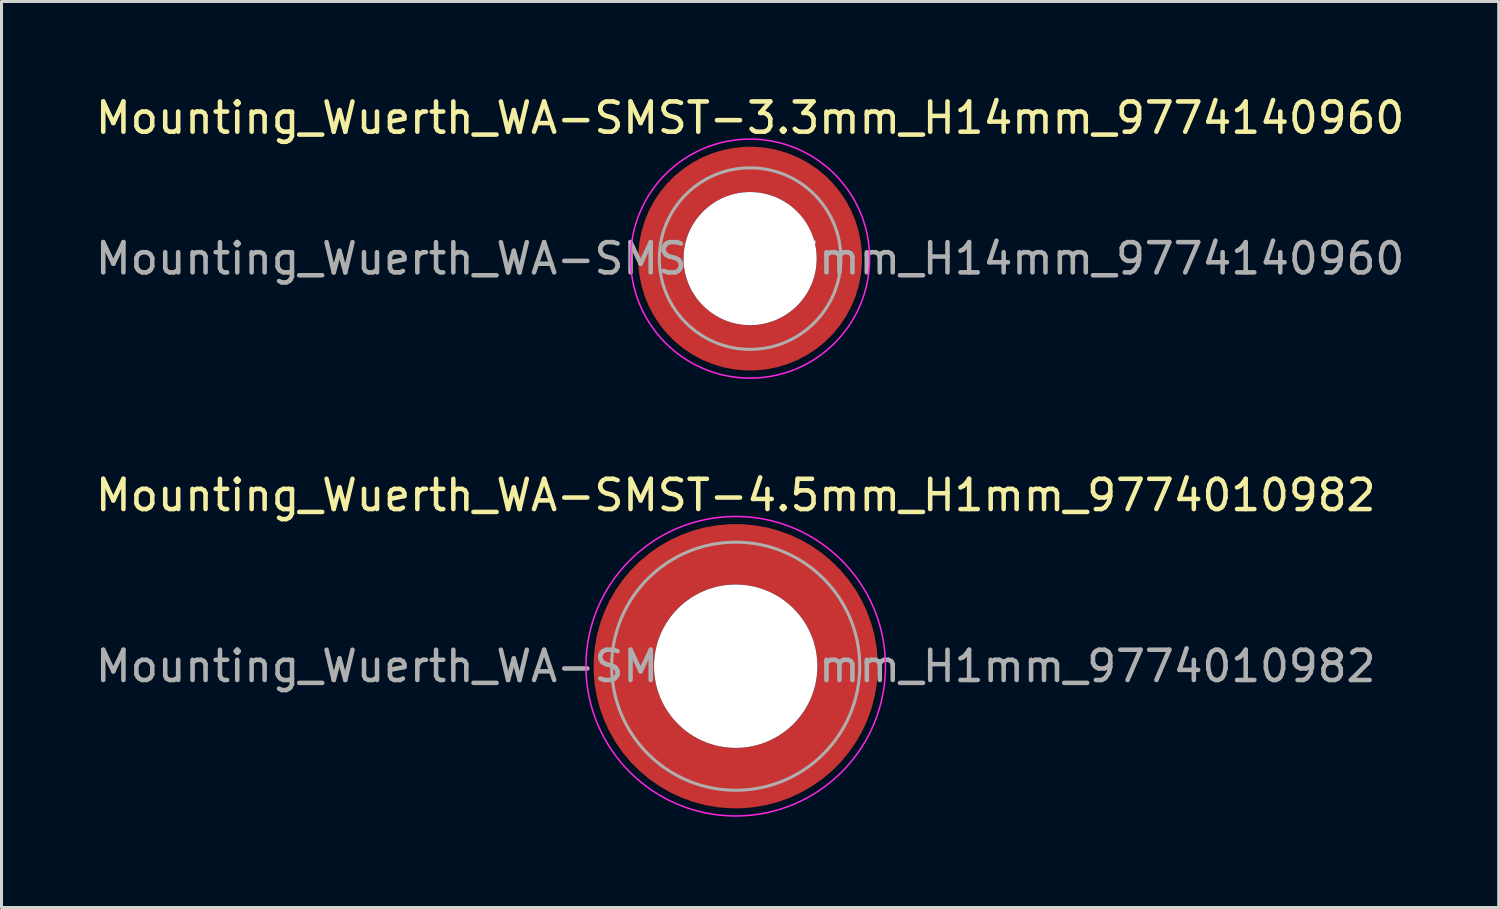
<source format=kicad_pcb>
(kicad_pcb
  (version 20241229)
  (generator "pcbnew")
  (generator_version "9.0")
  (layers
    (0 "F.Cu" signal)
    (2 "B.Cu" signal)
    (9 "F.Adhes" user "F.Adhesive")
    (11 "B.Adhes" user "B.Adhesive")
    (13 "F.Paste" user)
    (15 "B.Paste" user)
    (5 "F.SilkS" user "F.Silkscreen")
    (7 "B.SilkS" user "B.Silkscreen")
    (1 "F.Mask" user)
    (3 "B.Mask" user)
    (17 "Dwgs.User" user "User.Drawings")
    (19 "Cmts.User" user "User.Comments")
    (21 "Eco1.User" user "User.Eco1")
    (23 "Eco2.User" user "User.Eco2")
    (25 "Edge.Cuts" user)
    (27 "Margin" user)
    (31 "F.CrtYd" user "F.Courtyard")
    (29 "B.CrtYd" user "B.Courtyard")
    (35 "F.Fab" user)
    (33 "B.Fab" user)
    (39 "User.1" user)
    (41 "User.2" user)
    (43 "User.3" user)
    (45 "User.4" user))
  (footprint "Mounting_Wuerth_WA-SMST-3.3mm_H14mm_9774140960"
    (layer "F.Cu")
    (at 21.744 5.498)
    (property "Reference" "Mounting_Wuerth_WA-SMST-3.3mm_H14mm_9774140960" (at 0 -4.65 0) (layer "F.SilkS") (effects (font (size 1 1) (thickness 0.15))))
    (attr smd)
    (fp_circle (center 0 0) (end 3.95 0) (stroke (width 0.05) (type solid)) (fill no) (layer "F.CrtYd"))
    (fp_circle (center 0 0) (end 3 0) (stroke (width 0.1) (type solid)) (fill no) (layer "F.Fab"))
    (fp_text user "${REFERENCE}" (at 0 0 0) (layer "F.Fab") (effects (font (size 1 1) (thickness 0.15))))
    (pad "" smd custom (at -2.058 -2.058) (size 0.7 0.7) (layers "F.Paste") (options (anchor circle)) (primitives (gr_arc (start -0.377294 1.707681) (mid 0.318198 0.318198) (end 1.707681 -0.377294) (width 0.2)) (gr_arc (start -0.478281 1.707681) (mid 0.247487 0.247487) (end 1.707681 -0.478281) (width 0.2)) (gr_arc (start -0.579192 1.707681) (mid 0.176777 0.176777) (end 1.707681 -0.579192) (width 0.2)) (gr_arc (start -0.680037 1.707681) (mid 0.106066 0.106066) (end 1.707681 -0.680037) (width 0.2)) (gr_arc (start -0.780822 1.707681) (mid 0.035356 0.035356) (end 1.707681 -0.780822) (width 0.2)) (gr_arc (start -0.881554 1.707681) (mid -0.035355 -0.035355) (end 1.707681 -0.881554) (width 0.2)) (gr_arc (start -0.982237 1.707681) (mid -0.106066 -0.106066) (end 1.707681 -0.982237) (width 0.2)) (gr_arc (start -1.082877 1.707681) (mid -0.176777 -0.176777) (end 1.707681 -1.082877) (width 0.2)) (gr_arc (start -1.183476 1.707681) (mid -0.247487 -0.247487) (end 1.707681 -1.183476) (width 0.2)) (gr_arc (start -1.28404 1.707681) (mid -0.318198 -0.318198) (end 1.707681 -1.28404) (width 0.2)) (gr_line (start 1.708 -0.377) (end 1.708 -1.284) (width 0.2)) (gr_line (start -0.377 1.708) (end -1.284 1.708) (width 0.2))))
    (pad "" smd custom (at -2.058 2.058) (size 0.7 0.7) (layers "F.Paste") (options (anchor circle)) (primitives (gr_arc (start 1.707681 0.377294) (mid 0.318198 -0.318198) (end -0.377294 -1.707681) (width 0.2)) (gr_arc (start 1.707681 0.478281) (mid 0.247487 -0.247487) (end -0.478281 -1.707681) (width 0.2)) (gr_arc (start 1.707681 0.579192) (mid 0.176777 -0.176777) (end -0.579192 -1.707681) (width 0.2)) (gr_arc (start 1.707681 0.680037) (mid 0.106066 -0.106066) (end -0.680037 -1.707681) (width 0.2)) (gr_arc (start 1.707681 0.780822) (mid 0.035356 -0.035356) (end -0.780822 -1.707681) (width 0.2)) (gr_arc (start 1.707681 0.881554) (mid -0.035355 0.035355) (end -0.881554 -1.707681) (width 0.2)) (gr_arc (start 1.707681 0.982237) (mid -0.106066 0.106066) (end -0.982237 -1.707681) (width 0.2)) (gr_arc (start 1.707681 1.082877) (mid -0.176777 0.176777) (end -1.082877 -1.707681) (width 0.2)) (gr_arc (start 1.707681 1.183476) (mid -0.247487 0.247487) (end -1.183476 -1.707681) (width 0.2)) (gr_arc (start 1.707681 1.28404) (mid -0.318198 0.318198) (end -1.28404 -1.707681) (width 0.2)) (gr_line (start -0.377 -1.708) (end -1.284 -1.708) (width 0.2)) (gr_line (start 1.708 0.377) (end 1.708 1.284) (width 0.2))))
    (pad "" np_thru_hole circle (at 0 0) (size 4.4 4.4) (drill 4.4) (layers "*.Cu" "*.Mask"))
    (pad "" smd custom (at 2.058 -2.058) (size 0.7 0.7) (layers "F.Paste") (options (anchor circle)) (primitives (gr_arc (start -1.707681 -0.377294) (mid -0.318198 0.318198) (end 0.377294 1.707681) (width 0.2)) (gr_arc (start -1.707681 -0.478281) (mid -0.247487 0.247487) (end 0.478281 1.707681) (width 0.2)) (gr_arc (start -1.707681 -0.579192) (mid -0.176777 0.176777) (end 0.579192 1.707681) (width 0.2)) (gr_arc (start -1.707681 -0.680037) (mid -0.106066 0.106066) (end 0.680037 1.707681) (width 0.2)) (gr_arc (start -1.707681 -0.780822) (mid -0.035356 0.035356) (end 0.780822 1.707681) (width 0.2)) (gr_arc (start -1.707681 -0.881554) (mid 0.035355 -0.035355) (end 0.881554 1.707681) (width 0.2)) (gr_arc (start -1.707681 -0.982237) (mid 0.106066 -0.106066) (end 0.982237 1.707681) (width 0.2)) (gr_arc (start -1.707681 -1.082877) (mid 0.176777 -0.176777) (end 1.082877 1.707681) (width 0.2)) (gr_arc (start -1.707681 -1.183476) (mid 0.247487 -0.247487) (end 1.183476 1.707681) (width 0.2)) (gr_arc (start -1.707681 -1.28404) (mid 0.318198 -0.318198) (end 1.28404 1.707681) (width 0.2)) (gr_line (start 0.377 1.708) (end 1.284 1.708) (width 0.2)) (gr_line (start -1.708 -0.377) (end -1.708 -1.284) (width 0.2))))
    (pad "" smd custom (at 2.058 2.058) (size 0.7 0.7) (layers "F.Paste") (options (anchor circle)) (primitives (gr_arc (start 0.377294 -1.707681) (mid -0.318198 -0.318198) (end -1.707681 0.377294) (width 0.2)) (gr_arc (start 0.478281 -1.707681) (mid -0.247487 -0.247487) (end -1.707681 0.478281) (width 0.2)) (gr_arc (start 0.579192 -1.707681) (mid -0.176777 -0.176777) (end -1.707681 0.579192) (width 0.2)) (gr_arc (start 0.680037 -1.707681) (mid -0.106066 -0.106066) (end -1.707681 0.680037) (width 0.2)) (gr_arc (start 0.780822 -1.707681) (mid -0.035356 -0.035356) (end -1.707681 0.780822) (width 0.2)) (gr_arc (start 0.881554 -1.707681) (mid 0.035355 0.035355) (end -1.707681 0.881554) (width 0.2)) (gr_arc (start 0.982237 -1.707681) (mid 0.106066 0.106066) (end -1.707681 0.982237) (width 0.2)) (gr_arc (start 1.082877 -1.707681) (mid 0.176777 0.176777) (end -1.707681 1.082877) (width 0.2)) (gr_arc (start 1.183476 -1.707681) (mid 0.247487 0.247487) (end -1.707681 1.183476) (width 0.2)) (gr_arc (start 1.28404 -1.707681) (mid 0.318198 0.318198) (end -1.707681 1.28404) (width 0.2)) (gr_line (start -1.708 0.377) (end -1.708 1.284) (width 0.2)) (gr_line (start 0.377 -1.708) (end 1.284 -1.708) (width 0.2))))
    (pad "1" smd circle (at -2.95 0) (size 1.1 1.1) (layers "F.Cu"))
    (pad "1" smd circle (at 0 -2.95) (size 1.1 1.1) (layers "F.Cu"))
    (pad "1" smd circle (at 0 2.95) (size 1.1 1.1) (layers "F.Cu"))
    (pad "1" smd custom (at 2.95 0) (size 1.1 1.1) (layers "F.Cu" "F.Mask") (options (anchor circle)) (primitives (gr_circle (center -2.95 0) (end 0 0) (width 1.5) (fill no)))))
  (footprint "Mounting_Wuerth_WA-SMST-4.5mm_H1mm_9774010982"
    (layer "F.Cu")
    (at 21.268 18.971)
    (property "Reference" "Mounting_Wuerth_WA-SMST-4.5mm_H1mm_9774010982" (at 0 -5.65 0) (layer "F.SilkS") (effects (font (size 1 1) (thickness 0.15))))
    (attr smd)
    (fp_circle (center 0 0) (end 4.95 0) (stroke (width 0.05) (type solid)) (fill no) (layer "F.CrtYd"))
    (fp_circle (center 0 0) (end 4.1 0) (stroke (width 0.1) (type solid)) (fill no) (layer "F.Fab"))
    (fp_text user "${REFERENCE}" (at 0 0 0) (layer "F.Fab") (effects (font (size 1 1) (thickness 0.15))))
    (pad "" smd custom (at -2.607 -2.607) (size 1.495 1.495) (layers "F.Paste") (options (anchor circle)) (primitives (gr_arc (start -0.188183 2.107456) (mid 0.599273 0.599273) (end 2.107456 -0.188183) (width 0.2)) (gr_arc (start -0.289416 2.107456) (mid 0.52877 0.52877) (end 2.107456 -0.289416) (width 0.2)) (gr_arc (start -0.390547 2.107456) (mid 0.458268 0.458268) (end 2.107456 -0.390547) (width 0.2)) (gr_arc (start -0.491585 2.107456) (mid 0.387765 0.387765) (end 2.107456 -0.491585) (width 0.2)) (gr_arc (start -0.59254 2.107456) (mid 0.317262 0.317262) (end 2.107456 -0.59254) (width 0.2)) (gr_arc (start -0.693419 2.107456) (mid 0.24676 0.24676) (end 2.107456 -0.693419) (width 0.2)) (gr_arc (start -0.794229 2.107456) (mid 0.176257 0.176257) (end 2.107456 -0.794229) (width 0.2)) (gr_arc (start -0.894975 2.107456) (mid 0.105754 0.105754) (end 2.107456 -0.894975) (width 0.2)) (gr_arc (start -0.995664 2.107456) (mid 0.035251 0.035251) (end 2.107456 -0.995664) (width 0.2)) (gr_arc (start -1.0963 2.107456) (mid -0.035252 -0.035252) (end 2.107456 -1.0963) (width 0.2)) (gr_arc (start -1.196886 2.107456) (mid -0.105754 -0.105754) (end 2.107456 -1.196886) (width 0.2)) (gr_arc (start -1.297427 2.107456) (mid -0.176257 -0.176257) (end 2.107456 -1.297427) (width 0.2)) (gr_arc (start -1.397927 2.107456) (mid -0.24676 -0.24676) (end 2.107456 -1.397927) (width 0.2)) (gr_arc (start -1.498388 2.107456) (mid -0.317262 -0.317262) (end 2.107456 -1.498388) (width 0.2)) (gr_arc (start -1.598813 2.107456) (mid -0.387765 -0.387765) (end 2.107456 -1.598813) (width 0.2)) (gr_arc (start -1.699204 2.107456) (mid -0.458267 -0.458267) (end 2.107456 -1.699204) (width 0.2)) (gr_arc (start -1.799565 2.107456) (mid -0.528771 -0.528771) (end 2.107456 -1.799565) (width 0.2)) (gr_arc (start -1.899896 2.107456) (mid -0.599273 -0.599273) (end 2.107456 -1.899896) (width 0.2)) (gr_arc (start -1.899896 2.107456) (mid -0.599273 -0.599273) (end 2.107456 -1.899896) (width 0.2)) (gr_line (start 2.107 -0.188) (end 2.107 -1.9) (width 0.2)) (gr_line (start -0.188 2.107) (end -1.9 2.107) (width 0.2))))
    (pad "" smd custom (at -2.607 2.607) (size 1.495 1.495) (layers "F.Paste") (options (anchor circle)) (primitives (gr_arc (start 2.107456 0.188183) (mid 0.599273 -0.599273) (end -0.188183 -2.107456) (width 0.2)) (gr_arc (start 2.107456 0.289416) (mid 0.52877 -0.52877) (end -0.289416 -2.107456) (width 0.2)) (gr_arc (start 2.107456 0.390547) (mid 0.458268 -0.458268) (end -0.390547 -2.107456) (width 0.2)) (gr_arc (start 2.107456 0.491585) (mid 0.387765 -0.387765) (end -0.491585 -2.107456) (width 0.2)) (gr_arc (start 2.107456 0.59254) (mid 0.317262 -0.317262) (end -0.59254 -2.107456) (width 0.2)) (gr_arc (start 2.107456 0.693419) (mid 0.24676 -0.24676) (end -0.693419 -2.107456) (width 0.2)) (gr_arc (start 2.107456 0.794229) (mid 0.176257 -0.176257) (end -0.794229 -2.107456) (width 0.2)) (gr_arc (start 2.107456 0.894975) (mid 0.105754 -0.105754) (end -0.894975 -2.107456) (width 0.2)) (gr_arc (start 2.107456 0.995664) (mid 0.035251 -0.035251) (end -0.995664 -2.107456) (width 0.2)) (gr_arc (start 2.107456 1.0963) (mid -0.035252 0.035252) (end -1.0963 -2.107456) (width 0.2)) (gr_arc (start 2.107456 1.196886) (mid -0.105754 0.105754) (end -1.196886 -2.107456) (width 0.2)) (gr_arc (start 2.107456 1.297427) (mid -0.176257 0.176257) (end -1.297427 -2.107456) (width 0.2)) (gr_arc (start 2.107456 1.397927) (mid -0.24676 0.24676) (end -1.397927 -2.107456) (width 0.2)) (gr_arc (start 2.107456 1.498388) (mid -0.317262 0.317262) (end -1.498388 -2.107456) (width 0.2)) (gr_arc (start 2.107456 1.598813) (mid -0.387765 0.387765) (end -1.598813 -2.107456) (width 0.2)) (gr_arc (start 2.107456 1.699204) (mid -0.458267 0.458267) (end -1.699204 -2.107456) (width 0.2)) (gr_arc (start 2.107456 1.799565) (mid -0.528771 0.528771) (end -1.799565 -2.107456) (width 0.2)) (gr_arc (start 2.107456 1.899896) (mid -0.599273 0.599273) (end -1.899896 -2.107456) (width 0.2)) (gr_arc (start 2.107456 1.899896) (mid -0.599273 0.599273) (end -1.899896 -2.107456) (width 0.2)) (gr_line (start -0.188 -2.107) (end -1.9 -2.107) (width 0.2)) (gr_line (start 2.107 0.188) (end 2.107 1.9) (width 0.2))))
    (pad "" np_thru_hole circle (at 0 0) (size 5.4 5.4) (drill 5.4) (layers "*.Cu" "*.Mask"))
    (pad "" smd custom (at 2.607 -2.607) (size 1.495 1.495) (layers "F.Paste") (options (anchor circle)) (primitives (gr_arc (start -2.107456 -0.188183) (mid -0.599273 0.599273) (end 0.188183 2.107456) (width 0.2)) (gr_arc (start -2.107456 -0.289416) (mid -0.52877 0.52877) (end 0.289416 2.107456) (width 0.2)) (gr_arc (start -2.107456 -0.390547) (mid -0.458268 0.458268) (end 0.390547 2.107456) (width 0.2)) (gr_arc (start -2.107456 -0.491585) (mid -0.387765 0.387765) (end 0.491585 2.107456) (width 0.2)) (gr_arc (start -2.107456 -0.59254) (mid -0.317262 0.317262) (end 0.59254 2.107456) (width 0.2)) (gr_arc (start -2.107456 -0.693419) (mid -0.24676 0.24676) (end 0.693419 2.107456) (width 0.2)) (gr_arc (start -2.107456 -0.794229) (mid -0.176257 0.176257) (end 0.794229 2.107456) (width 0.2)) (gr_arc (start -2.107456 -0.894975) (mid -0.105754 0.105754) (end 0.894975 2.107456) (width 0.2)) (gr_arc (start -2.107456 -0.995664) (mid -0.035251 0.035251) (end 0.995664 2.107456) (width 0.2)) (gr_arc (start -2.107456 -1.0963) (mid 0.035252 -0.035252) (end 1.0963 2.107456) (width 0.2)) (gr_arc (start -2.107456 -1.196886) (mid 0.105754 -0.105754) (end 1.196886 2.107456) (width 0.2)) (gr_arc (start -2.107456 -1.297427) (mid 0.176257 -0.176257) (end 1.297427 2.107456) (width 0.2)) (gr_arc (start -2.107456 -1.397927) (mid 0.24676 -0.24676) (end 1.397927 2.107456) (width 0.2)) (gr_arc (start -2.107456 -1.498388) (mid 0.317262 -0.317262) (end 1.498388 2.107456) (width 0.2)) (gr_arc (start -2.107456 -1.598813) (mid 0.387765 -0.387765) (end 1.598813 2.107456) (width 0.2)) (gr_arc (start -2.107456 -1.699204) (mid 0.458267 -0.458267) (end 1.699204 2.107456) (width 0.2)) (gr_arc (start -2.107456 -1.799565) (mid 0.528771 -0.528771) (end 1.799565 2.107456) (width 0.2)) (gr_arc (start -2.107456 -1.899896) (mid 0.599273 -0.599273) (end 1.899896 2.107456) (width 0.2)) (gr_arc (start -2.107456 -1.899896) (mid 0.599273 -0.599273) (end 1.899896 2.107456) (width 0.2)) (gr_line (start 0.188 2.107) (end 1.9 2.107) (width 0.2)) (gr_line (start -2.107 -0.188) (end -2.107 -1.9) (width 0.2))))
    (pad "" smd custom (at 2.607 2.607) (size 1.495 1.495) (layers "F.Paste") (options (anchor circle)) (primitives (gr_arc (start 0.188183 -2.107456) (mid -0.599273 -0.599273) (end -2.107456 0.188183) (width 0.2)) (gr_arc (start 0.289416 -2.107456) (mid -0.52877 -0.52877) (end -2.107456 0.289416) (width 0.2)) (gr_arc (start 0.390547 -2.107456) (mid -0.458268 -0.458268) (end -2.107456 0.390547) (width 0.2)) (gr_arc (start 0.491585 -2.107456) (mid -0.387765 -0.387765) (end -2.107456 0.491585) (width 0.2)) (gr_arc (start 0.59254 -2.107456) (mid -0.317262 -0.317262) (end -2.107456 0.59254) (width 0.2)) (gr_arc (start 0.693419 -2.107456) (mid -0.24676 -0.24676) (end -2.107456 0.693419) (width 0.2)) (gr_arc (start 0.794229 -2.107456) (mid -0.176257 -0.176257) (end -2.107456 0.794229) (width 0.2)) (gr_arc (start 0.894975 -2.107456) (mid -0.105754 -0.105754) (end -2.107456 0.894975) (width 0.2)) (gr_arc (start 0.995664 -2.107456) (mid -0.035251 -0.035251) (end -2.107456 0.995664) (width 0.2)) (gr_arc (start 1.0963 -2.107456) (mid 0.035252 0.035252) (end -2.107456 1.0963) (width 0.2)) (gr_arc (start 1.196886 -2.107456) (mid 0.105754 0.105754) (end -2.107456 1.196886) (width 0.2)) (gr_arc (start 1.297427 -2.107456) (mid 0.176257 0.176257) (end -2.107456 1.297427) (width 0.2)) (gr_arc (start 1.397927 -2.107456) (mid 0.24676 0.24676) (end -2.107456 1.397927) (width 0.2)) (gr_arc (start 1.498388 -2.107456) (mid 0.317262 0.317262) (end -2.107456 1.498388) (width 0.2)) (gr_arc (start 1.598813 -2.107456) (mid 0.387765 0.387765) (end -2.107456 1.598813) (width 0.2)) (gr_arc (start 1.699204 -2.107456) (mid 0.458267 0.458267) (end -2.107456 1.699204) (width 0.2)) (gr_arc (start 1.799565 -2.107456) (mid 0.528771 0.528771) (end -2.107456 1.799565) (width 0.2)) (gr_arc (start 1.899896 -2.107456) (mid 0.599273 0.599273) (end -2.107456 1.899896) (width 0.2)) (gr_arc (start 1.899896 -2.107456) (mid 0.599273 0.599273) (end -2.107456 1.899896) (width 0.2)) (gr_line (start -2.107 0.188) (end -2.107 1.9) (width 0.2)) (gr_line (start 0.188 -2.107) (end 1.9 -2.107) (width 0.2))))
    (pad "1" smd circle (at -3.7 0) (size 1.6 1.6) (layers "F.Cu"))
    (pad "1" smd circle (at 0 -3.7) (size 1.6 1.6) (layers "F.Cu"))
    (pad "1" smd circle (at 0 3.7) (size 1.6 1.6) (layers "F.Cu"))
    (pad "1" smd custom (at 3.7 0) (size 1.6 1.6) (layers "F.Cu" "F.Mask") (options (anchor circle)) (primitives (gr_circle (center -3.7 0) (end 0 0) (width 2) (fill no)))))
  (gr_rect
    (start -3 -3)
    (end 46.488 26.947)
    (stroke (width 0.1) (type default))
    (fill no)
    (layer "Edge.Cuts")))
</source>
